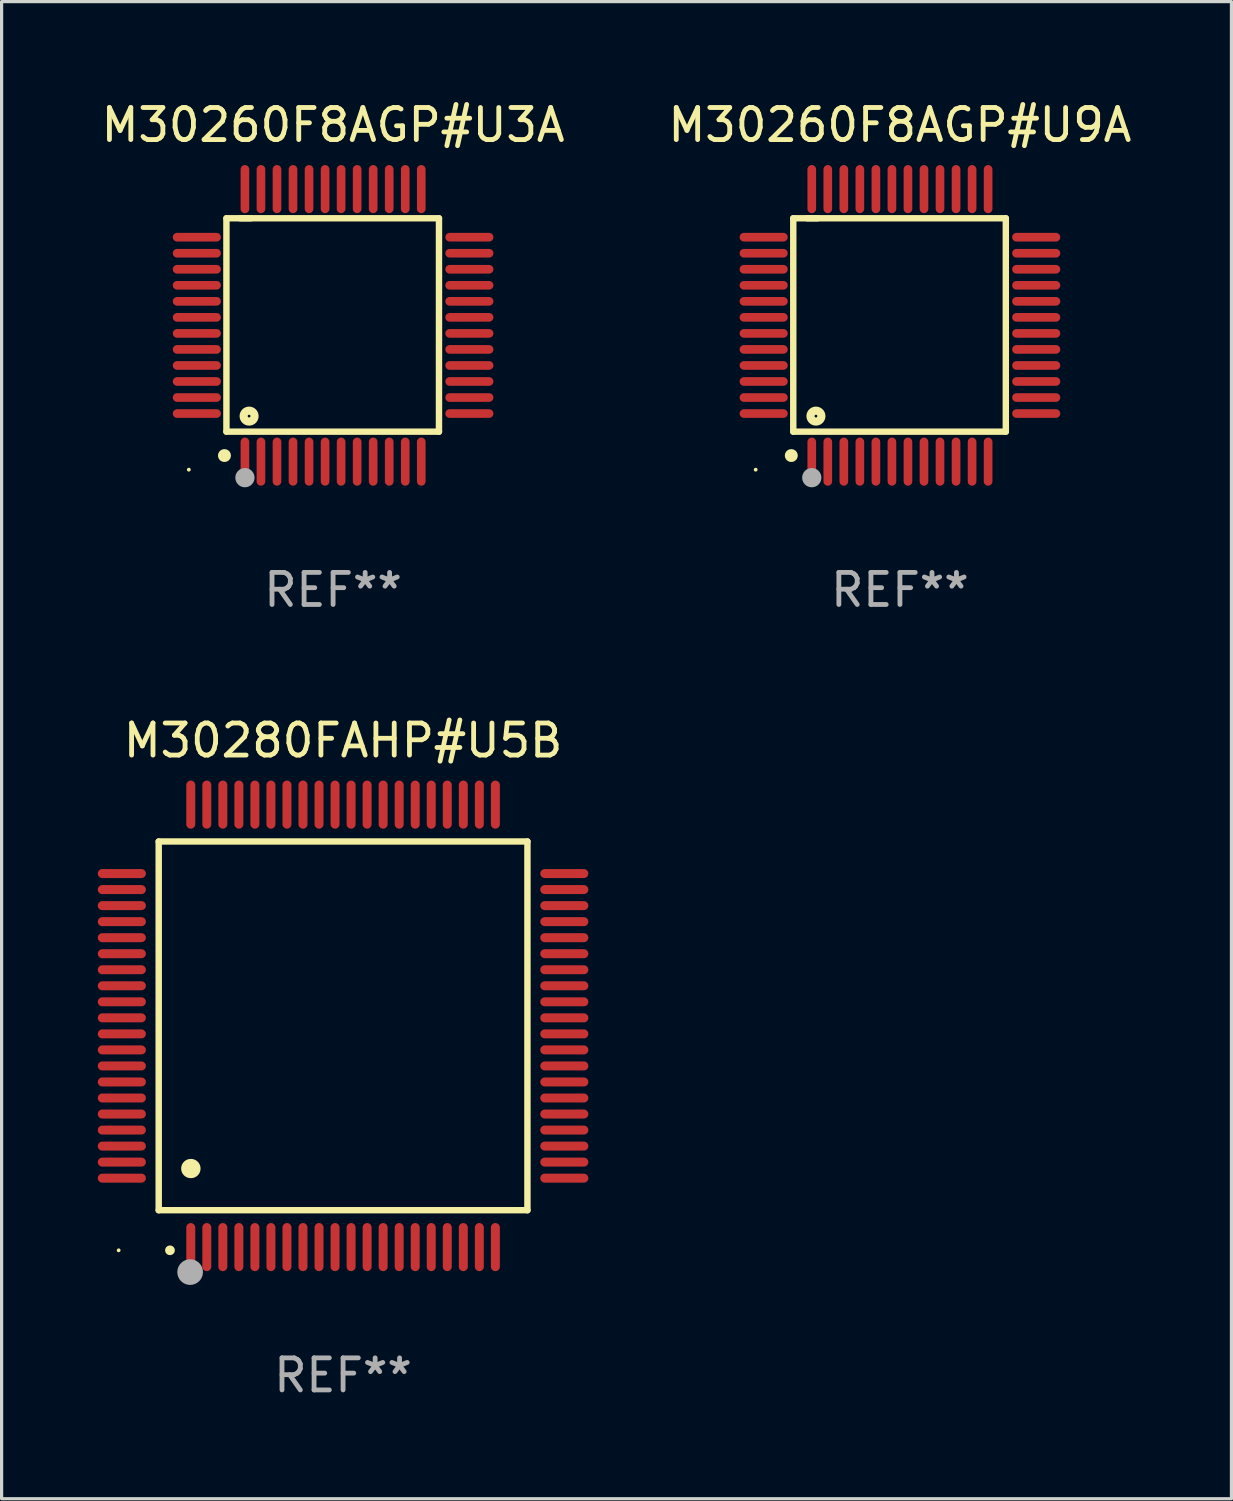
<source format=kicad_pcb>
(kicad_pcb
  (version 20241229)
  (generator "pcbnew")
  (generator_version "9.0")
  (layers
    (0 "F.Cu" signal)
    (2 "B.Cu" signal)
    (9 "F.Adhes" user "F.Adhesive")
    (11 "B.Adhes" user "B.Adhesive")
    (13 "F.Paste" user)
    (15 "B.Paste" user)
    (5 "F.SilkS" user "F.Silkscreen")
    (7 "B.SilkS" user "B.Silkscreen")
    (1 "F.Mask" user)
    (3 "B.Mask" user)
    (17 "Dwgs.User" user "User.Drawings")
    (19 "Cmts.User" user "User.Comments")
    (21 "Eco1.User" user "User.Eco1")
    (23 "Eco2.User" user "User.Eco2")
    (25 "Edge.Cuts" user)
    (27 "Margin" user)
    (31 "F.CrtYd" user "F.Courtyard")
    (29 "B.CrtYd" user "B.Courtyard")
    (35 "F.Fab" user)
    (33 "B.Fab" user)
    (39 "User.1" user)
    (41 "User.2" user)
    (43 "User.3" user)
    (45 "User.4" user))
  (footprint "M30260F8AGP#U9A"
    (layer "F.Cu")
    (at 25.018 7.098)
    (property "Reference" "M30260F8AGP#U9A" (at 0 -6.25 0) (layer "F.SilkS") (effects (font (size 1 1) (thickness 0.15))))
    (attr through_hole)
    (fp_line (start -3.327 -3.34) (end -2.565 -3.34) (stroke (width 0.2) (type solid)) (layer "F.SilkS"))
    (fp_line (start -3.327 3.315) (end -3.327 -3.34) (stroke (width 0.2) (type solid)) (layer "F.SilkS"))
    (fp_line (start -2.896 -3.34) (end 3.302 -3.34) (stroke (width 0.2) (type solid)) (layer "F.SilkS"))
    (fp_line (start 3.302 -3.34) (end 3.302 3.315) (stroke (width 0.2) (type solid)) (layer "F.SilkS"))
    (fp_line (start 3.302 3.315) (end -3.327 3.315) (stroke (width 0.2) (type solid)) (layer "F.SilkS"))
    (fp_arc (start -3.389992 4.059995) (mid -3.388722 4.059991) (end -3.387452 4.059995) (stroke (width 0.4) (type solid)) (layer "F.SilkS"))
    (fp_circle (center -4.5 4.5) (end -4.47 4.5) (stroke (width 0.06) (type solid)) (fill no) (layer "F.SilkS"))
    (fp_circle (center -2.62 2.83) (end -2.45 2.83) (stroke (width 0.254) (type solid)) (fill no) (layer "F.SilkS"))
    (fp_circle (center -2.75 4.75) (end -2.6 4.75) (stroke (width 0.3) (type solid)) (fill no) (layer "F.Fab"))
    (fp_text user "REF**" (at 0 8.25 0) (layer "F.Fab") (effects (font (size 1 1) (thickness 0.15))))
    (pad "1" smd oval (at -2.75 4.25) (size 0.27 1.5) (layers "F.Cu" "F.Mask" "F.Paste"))
    (pad "2" smd oval (at -2.25 4.25) (size 0.27 1.5) (layers "F.Cu" "F.Mask" "F.Paste"))
    (pad "3" smd oval (at -1.75 4.25) (size 0.27 1.5) (layers "F.Cu" "F.Mask" "F.Paste"))
    (pad "4" smd oval (at -1.25 4.25) (size 0.27 1.5) (layers "F.Cu" "F.Mask" "F.Paste"))
    (pad "5" smd oval (at -0.75 4.25) (size 0.27 1.5) (layers "F.Cu" "F.Mask" "F.Paste"))
    (pad "6" smd oval (at -0.25 4.25) (size 0.27 1.5) (layers "F.Cu" "F.Mask" "F.Paste"))
    (pad "7" smd oval (at 0.25 4.25) (size 0.27 1.5) (layers "F.Cu" "F.Mask" "F.Paste"))
    (pad "8" smd oval (at 0.75 4.25) (size 0.27 1.5) (layers "F.Cu" "F.Mask" "F.Paste"))
    (pad "9" smd oval (at 1.25 4.25) (size 0.27 1.5) (layers "F.Cu" "F.Mask" "F.Paste"))
    (pad "10" smd oval (at 1.75 4.25) (size 0.27 1.5) (layers "F.Cu" "F.Mask" "F.Paste"))
    (pad "11" smd oval (at 2.25 4.25) (size 0.27 1.5) (layers "F.Cu" "F.Mask" "F.Paste"))
    (pad "12" smd oval (at 2.75 4.25) (size 0.27 1.5) (layers "F.Cu" "F.Mask" "F.Paste"))
    (pad "13" smd oval (at 4.25 2.75) (size 1.5 0.27) (layers "F.Cu" "F.Mask" "F.Paste"))
    (pad "14" smd oval (at 4.25 2.25) (size 1.5 0.27) (layers "F.Cu" "F.Mask" "F.Paste"))
    (pad "15" smd oval (at 4.25 1.75) (size 1.5 0.27) (layers "F.Cu" "F.Mask" "F.Paste"))
    (pad "16" smd oval (at 4.25 1.25) (size 1.5 0.27) (layers "F.Cu" "F.Mask" "F.Paste"))
    (pad "17" smd oval (at 4.25 0.75) (size 1.5 0.27) (layers "F.Cu" "F.Mask" "F.Paste"))
    (pad "18" smd oval (at 4.25 0.25) (size 1.5 0.27) (layers "F.Cu" "F.Mask" "F.Paste"))
    (pad "19" smd oval (at 4.25 -0.25) (size 1.5 0.27) (layers "F.Cu" "F.Mask" "F.Paste"))
    (pad "20" smd oval (at 4.25 -0.75) (size 1.5 0.27) (layers "F.Cu" "F.Mask" "F.Paste"))
    (pad "21" smd oval (at 4.25 -1.25) (size 1.5 0.27) (layers "F.Cu" "F.Mask" "F.Paste"))
    (pad "22" smd oval (at 4.25 -1.75) (size 1.5 0.27) (layers "F.Cu" "F.Mask" "F.Paste"))
    (pad "23" smd oval (at 4.25 -2.25) (size 1.5 0.27) (layers "F.Cu" "F.Mask" "F.Paste"))
    (pad "24" smd oval (at 4.25 -2.75) (size 1.5 0.27) (layers "F.Cu" "F.Mask" "F.Paste"))
    (pad "25" smd oval (at 2.75 -4.25) (size 0.27 1.5) (layers "F.Cu" "F.Mask" "F.Paste"))
    (pad "26" smd oval (at 2.25 -4.25) (size 0.27 1.5) (layers "F.Cu" "F.Mask" "F.Paste"))
    (pad "27" smd oval (at 1.75 -4.25) (size 0.27 1.5) (layers "F.Cu" "F.Mask" "F.Paste"))
    (pad "28" smd oval (at 1.25 -4.25) (size 0.27 1.5) (layers "F.Cu" "F.Mask" "F.Paste"))
    (pad "29" smd oval (at 0.75 -4.25) (size 0.27 1.5) (layers "F.Cu" "F.Mask" "F.Paste"))
    (pad "30" smd oval (at 0.25 -4.25) (size 0.27 1.5) (layers "F.Cu" "F.Mask" "F.Paste"))
    (pad "31" smd oval (at -0.25 -4.25) (size 0.27 1.5) (layers "F.Cu" "F.Mask" "F.Paste"))
    (pad "32" smd oval (at -0.75 -4.25) (size 0.27 1.5) (layers "F.Cu" "F.Mask" "F.Paste"))
    (pad "33" smd oval (at -1.25 -4.25) (size 0.27 1.5) (layers "F.Cu" "F.Mask" "F.Paste"))
    (pad "34" smd oval (at -1.75 -4.25) (size 0.27 1.5) (layers "F.Cu" "F.Mask" "F.Paste"))
    (pad "35" smd oval (at -2.25 -4.25) (size 0.27 1.5) (layers "F.Cu" "F.Mask" "F.Paste"))
    (pad "36" smd oval (at -2.75 -4.25) (size 0.27 1.5) (layers "F.Cu" "F.Mask" "F.Paste"))
    (pad "37" smd oval (at -4.25 -2.75) (size 1.5 0.27) (layers "F.Cu" "F.Mask" "F.Paste"))
    (pad "38" smd oval (at -4.25 -2.25) (size 1.5 0.27) (layers "F.Cu" "F.Mask" "F.Paste"))
    (pad "39" smd oval (at -4.25 -1.75) (size 1.5 0.27) (layers "F.Cu" "F.Mask" "F.Paste"))
    (pad "40" smd oval (at -4.25 -1.25) (size 1.5 0.27) (layers "F.Cu" "F.Mask" "F.Paste"))
    (pad "41" smd oval (at -4.25 -0.75) (size 1.5 0.27) (layers "F.Cu" "F.Mask" "F.Paste"))
    (pad "42" smd oval (at -4.25 -0.25) (size 1.5 0.27) (layers "F.Cu" "F.Mask" "F.Paste"))
    (pad "43" smd oval (at -4.25 0.25) (size 1.5 0.27) (layers "F.Cu" "F.Mask" "F.Paste"))
    (pad "44" smd oval (at -4.25 0.75) (size 1.5 0.27) (layers "F.Cu" "F.Mask" "F.Paste"))
    (pad "45" smd oval (at -4.25 1.25) (size 1.5 0.27) (layers "F.Cu" "F.Mask" "F.Paste"))
    (pad "46" smd oval (at -4.25 1.75) (size 1.5 0.27) (layers "F.Cu" "F.Mask" "F.Paste"))
    (pad "47" smd oval (at -4.25 2.25) (size 1.5 0.27) (layers "F.Cu" "F.Mask" "F.Paste"))
    (pad "48" smd oval (at -4.25 2.75) (size 1.5 0.27) (layers "F.Cu" "F.Mask" "F.Paste")))
  (footprint "M30280FAHP#U5B"
    (layer "F.Cu")
    (at 7.65 28.945)
    (property "Reference" "M30280FAHP#U5B" (at 0 -8.9 0) (layer "F.SilkS") (effects (font (size 1 1) (thickness 0.15))))
    (attr through_hole)
    (fp_line (start -5.75 -5.75) (end 5.75 -5.75) (stroke (width 0.2) (type solid)) (layer "F.SilkS"))
    (fp_line (start -5.75 5.75) (end -5.75 -5.75) (stroke (width 0.2) (type solid)) (layer "F.SilkS"))
    (fp_line (start 5.75 -5.75) (end 5.75 5.75) (stroke (width 0.2) (type solid)) (layer "F.SilkS"))
    (fp_line (start 5.75 5.75) (end -5.75 5.75) (stroke (width 0.2) (type solid)) (layer "F.SilkS"))
    (fp_arc (start -5.400051 7.000254) (mid -5.398781 7.000249) (end -5.397511 7.000254) (stroke (width 0.3) (type solid)) (layer "F.SilkS"))
    (fp_arc (start -4.749809 4.450089) (mid -4.747269 4.450078) (end -4.744729 4.450089) (stroke (width 0.6) (type solid)) (layer "F.SilkS"))
    (fp_circle (center -7 7) (end -6.97 7) (stroke (width 0.06) (type solid)) (fill no) (layer "F.SilkS"))
    (fp_circle (center -4.77 7.68) (end -4.57 7.68) (stroke (width 0.4) (type solid)) (fill no) (layer "F.Fab"))
    (fp_text user "REF**" (at 0 10.9 0) (layer "F.Fab") (effects (font (size 1 1) (thickness 0.15))))
    (pad "1" smd oval (at -4.75 6.9) (size 0.28 1.5) (layers "F.Cu" "F.Mask" "F.Paste"))
    (pad "2" smd oval (at -4.25 6.9) (size 0.28 1.5) (layers "F.Cu" "F.Mask" "F.Paste"))
    (pad "3" smd oval (at -3.75 6.9) (size 0.28 1.5) (layers "F.Cu" "F.Mask" "F.Paste"))
    (pad "4" smd oval (at -3.25 6.9) (size 0.28 1.5) (layers "F.Cu" "F.Mask" "F.Paste"))
    (pad "5" smd oval (at -2.75 6.9) (size 0.28 1.5) (layers "F.Cu" "F.Mask" "F.Paste"))
    (pad "6" smd oval (at -2.25 6.9) (size 0.28 1.5) (layers "F.Cu" "F.Mask" "F.Paste"))
    (pad "7" smd oval (at -1.75 6.9) (size 0.28 1.5) (layers "F.Cu" "F.Mask" "F.Paste"))
    (pad "8" smd oval (at -1.25 6.9) (size 0.28 1.5) (layers "F.Cu" "F.Mask" "F.Paste"))
    (pad "9" smd oval (at -0.75 6.9) (size 0.28 1.5) (layers "F.Cu" "F.Mask" "F.Paste"))
    (pad "10" smd oval (at -0.25 6.9) (size 0.28 1.5) (layers "F.Cu" "F.Mask" "F.Paste"))
    (pad "11" smd oval (at 0.25 6.9) (size 0.28 1.5) (layers "F.Cu" "F.Mask" "F.Paste"))
    (pad "12" smd oval (at 0.75 6.9) (size 0.28 1.5) (layers "F.Cu" "F.Mask" "F.Paste"))
    (pad "13" smd oval (at 1.25 6.9) (size 0.28 1.5) (layers "F.Cu" "F.Mask" "F.Paste"))
    (pad "14" smd oval (at 1.75 6.9) (size 0.28 1.5) (layers "F.Cu" "F.Mask" "F.Paste"))
    (pad "15" smd oval (at 2.25 6.9) (size 0.28 1.5) (layers "F.Cu" "F.Mask" "F.Paste"))
    (pad "16" smd oval (at 2.75 6.9) (size 0.28 1.5) (layers "F.Cu" "F.Mask" "F.Paste"))
    (pad "17" smd oval (at 3.25 6.9) (size 0.28 1.5) (layers "F.Cu" "F.Mask" "F.Paste"))
    (pad "18" smd oval (at 3.75 6.9) (size 0.28 1.5) (layers "F.Cu" "F.Mask" "F.Paste"))
    (pad "19" smd oval (at 4.25 6.9) (size 0.28 1.5) (layers "F.Cu" "F.Mask" "F.Paste"))
    (pad "20" smd oval (at 4.75 6.9) (size 0.28 1.5) (layers "F.Cu" "F.Mask" "F.Paste"))
    (pad "21" smd oval (at 6.9 4.75) (size 1.5 0.28) (layers "F.Cu" "F.Mask" "F.Paste"))
    (pad "22" smd oval (at 6.9 4.25) (size 1.5 0.28) (layers "F.Cu" "F.Mask" "F.Paste"))
    (pad "23" smd oval (at 6.9 3.75) (size 1.5 0.28) (layers "F.Cu" "F.Mask" "F.Paste"))
    (pad "24" smd oval (at 6.9 3.25) (size 1.5 0.28) (layers "F.Cu" "F.Mask" "F.Paste"))
    (pad "25" smd oval (at 6.9 2.75) (size 1.5 0.28) (layers "F.Cu" "F.Mask" "F.Paste"))
    (pad "26" smd oval (at 6.9 2.25) (size 1.5 0.28) (layers "F.Cu" "F.Mask" "F.Paste"))
    (pad "27" smd oval (at 6.9 1.75) (size 1.5 0.28) (layers "F.Cu" "F.Mask" "F.Paste"))
    (pad "28" smd oval (at 6.9 1.25) (size 1.5 0.28) (layers "F.Cu" "F.Mask" "F.Paste"))
    (pad "29" smd oval (at 6.9 0.75) (size 1.5 0.28) (layers "F.Cu" "F.Mask" "F.Paste"))
    (pad "30" smd oval (at 6.9 0.25) (size 1.5 0.28) (layers "F.Cu" "F.Mask" "F.Paste"))
    (pad "31" smd oval (at 6.9 -0.25) (size 1.5 0.28) (layers "F.Cu" "F.Mask" "F.Paste"))
    (pad "32" smd oval (at 6.9 -0.75) (size 1.5 0.28) (layers "F.Cu" "F.Mask" "F.Paste"))
    (pad "33" smd oval (at 6.9 -1.25) (size 1.5 0.28) (layers "F.Cu" "F.Mask" "F.Paste"))
    (pad "34" smd oval (at 6.9 -1.75) (size 1.5 0.28) (layers "F.Cu" "F.Mask" "F.Paste"))
    (pad "35" smd oval (at 6.9 -2.25) (size 1.5 0.28) (layers "F.Cu" "F.Mask" "F.Paste"))
    (pad "36" smd oval (at 6.9 -2.75) (size 1.5 0.28) (layers "F.Cu" "F.Mask" "F.Paste"))
    (pad "37" smd oval (at 6.9 -3.25) (size 1.5 0.28) (layers "F.Cu" "F.Mask" "F.Paste"))
    (pad "38" smd oval (at 6.9 -3.75) (size 1.5 0.28) (layers "F.Cu" "F.Mask" "F.Paste"))
    (pad "39" smd oval (at 6.9 -4.25) (size 1.5 0.28) (layers "F.Cu" "F.Mask" "F.Paste"))
    (pad "40" smd oval (at 6.9 -4.75) (size 1.5 0.28) (layers "F.Cu" "F.Mask" "F.Paste"))
    (pad "41" smd oval (at 4.75 -6.9) (size 0.28 1.5) (layers "F.Cu" "F.Mask" "F.Paste"))
    (pad "42" smd oval (at 4.25 -6.9) (size 0.28 1.5) (layers "F.Cu" "F.Mask" "F.Paste"))
    (pad "43" smd oval (at 3.75 -6.9) (size 0.28 1.5) (layers "F.Cu" "F.Mask" "F.Paste"))
    (pad "44" smd oval (at 3.25 -6.9) (size 0.28 1.5) (layers "F.Cu" "F.Mask" "F.Paste"))
    (pad "45" smd oval (at 2.75 -6.9) (size 0.28 1.5) (layers "F.Cu" "F.Mask" "F.Paste"))
    (pad "46" smd oval (at 2.25 -6.9) (size 0.28 1.5) (layers "F.Cu" "F.Mask" "F.Paste"))
    (pad "47" smd oval (at 1.75 -6.9) (size 0.28 1.5) (layers "F.Cu" "F.Mask" "F.Paste"))
    (pad "48" smd oval (at 1.25 -6.9) (size 0.28 1.5) (layers "F.Cu" "F.Mask" "F.Paste"))
    (pad "49" smd oval (at 0.75 -6.9) (size 0.28 1.5) (layers "F.Cu" "F.Mask" "F.Paste"))
    (pad "50" smd oval (at 0.25 -6.9) (size 0.28 1.5) (layers "F.Cu" "F.Mask" "F.Paste"))
    (pad "51" smd oval (at -0.25 -6.9) (size 0.28 1.5) (layers "F.Cu" "F.Mask" "F.Paste"))
    (pad "52" smd oval (at -0.75 -6.9) (size 0.28 1.5) (layers "F.Cu" "F.Mask" "F.Paste"))
    (pad "53" smd oval (at -1.25 -6.9) (size 0.28 1.5) (layers "F.Cu" "F.Mask" "F.Paste"))
    (pad "54" smd oval (at -1.75 -6.9) (size 0.28 1.5) (layers "F.Cu" "F.Mask" "F.Paste"))
    (pad "55" smd oval (at -2.25 -6.9) (size 0.28 1.5) (layers "F.Cu" "F.Mask" "F.Paste"))
    (pad "56" smd oval (at -2.75 -6.9) (size 0.28 1.5) (layers "F.Cu" "F.Mask" "F.Paste"))
    (pad "57" smd oval (at -3.25 -6.9) (size 0.28 1.5) (layers "F.Cu" "F.Mask" "F.Paste"))
    (pad "58" smd oval (at -3.75 -6.9) (size 0.28 1.5) (layers "F.Cu" "F.Mask" "F.Paste"))
    (pad "59" smd oval (at -4.25 -6.9) (size 0.28 1.5) (layers "F.Cu" "F.Mask" "F.Paste"))
    (pad "60" smd oval (at -4.75 -6.9) (size 0.28 1.5) (layers "F.Cu" "F.Mask" "F.Paste"))
    (pad "61" smd oval (at -6.9 -4.75) (size 1.5 0.28) (layers "F.Cu" "F.Mask" "F.Paste"))
    (pad "62" smd oval (at -6.9 -4.25) (size 1.5 0.28) (layers "F.Cu" "F.Mask" "F.Paste"))
    (pad "63" smd oval (at -6.9 -3.75) (size 1.5 0.28) (layers "F.Cu" "F.Mask" "F.Paste"))
    (pad "64" smd oval (at -6.9 -3.25) (size 1.5 0.28) (layers "F.Cu" "F.Mask" "F.Paste"))
    (pad "65" smd oval (at -6.9 -2.75) (size 1.5 0.28) (layers "F.Cu" "F.Mask" "F.Paste"))
    (pad "66" smd oval (at -6.9 -2.25) (size 1.5 0.28) (layers "F.Cu" "F.Mask" "F.Paste"))
    (pad "67" smd oval (at -6.9 -1.75) (size 1.5 0.28) (layers "F.Cu" "F.Mask" "F.Paste"))
    (pad "68" smd oval (at -6.9 -1.25) (size 1.5 0.28) (layers "F.Cu" "F.Mask" "F.Paste"))
    (pad "69" smd oval (at -6.9 -0.75) (size 1.5 0.28) (layers "F.Cu" "F.Mask" "F.Paste"))
    (pad "70" smd oval (at -6.9 -0.25) (size 1.5 0.28) (layers "F.Cu" "F.Mask" "F.Paste"))
    (pad "71" smd oval (at -6.9 0.25) (size 1.5 0.28) (layers "F.Cu" "F.Mask" "F.Paste"))
    (pad "72" smd oval (at -6.9 0.75) (size 1.5 0.28) (layers "F.Cu" "F.Mask" "F.Paste"))
    (pad "73" smd oval (at -6.9 1.25) (size 1.5 0.28) (layers "F.Cu" "F.Mask" "F.Paste"))
    (pad "74" smd oval (at -6.9 1.75) (size 1.5 0.28) (layers "F.Cu" "F.Mask" "F.Paste"))
    (pad "75" smd oval (at -6.9 2.25) (size 1.5 0.28) (layers "F.Cu" "F.Mask" "F.Paste"))
    (pad "76" smd oval (at -6.9 2.75) (size 1.5 0.28) (layers "F.Cu" "F.Mask" "F.Paste"))
    (pad "77" smd oval (at -6.9 3.25) (size 1.5 0.28) (layers "F.Cu" "F.Mask" "F.Paste"))
    (pad "78" smd oval (at -6.9 3.75) (size 1.5 0.28) (layers "F.Cu" "F.Mask" "F.Paste"))
    (pad "79" smd oval (at -6.9 4.25) (size 1.5 0.28) (layers "F.Cu" "F.Mask" "F.Paste"))
    (pad "80" smd oval (at -6.9 4.75) (size 1.5 0.28) (layers "F.Cu" "F.Mask" "F.Paste")))
  (footprint "M30260F8AGP#U3A"
    (layer "F.Cu")
    (at 7.339 7.098)
    (property "Reference" "M30260F8AGP#U3A" (at 0 -6.25 0) (layer "F.SilkS") (effects (font (size 1 1) (thickness 0.15))))
    (attr through_hole)
    (fp_line (start -3.327 -3.34) (end -2.565 -3.34) (stroke (width 0.2) (type solid)) (layer "F.SilkS"))
    (fp_line (start -3.327 3.315) (end -3.327 -3.34) (stroke (width 0.2) (type solid)) (layer "F.SilkS"))
    (fp_line (start -2.896 -3.34) (end 3.302 -3.34) (stroke (width 0.2) (type solid)) (layer "F.SilkS"))
    (fp_line (start 3.302 -3.34) (end 3.302 3.315) (stroke (width 0.2) (type solid)) (layer "F.SilkS"))
    (fp_line (start 3.302 3.315) (end -3.327 3.315) (stroke (width 0.2) (type solid)) (layer "F.SilkS"))
    (fp_arc (start -3.389992 4.059995) (mid -3.388722 4.059991) (end -3.387452 4.059995) (stroke (width 0.4) (type solid)) (layer "F.SilkS"))
    (fp_circle (center -4.5 4.5) (end -4.47 4.5) (stroke (width 0.06) (type solid)) (fill no) (layer "F.SilkS"))
    (fp_circle (center -2.62 2.83) (end -2.45 2.83) (stroke (width 0.254) (type solid)) (fill no) (layer "F.SilkS"))
    (fp_circle (center -2.75 4.75) (end -2.6 4.75) (stroke (width 0.3) (type solid)) (fill no) (layer "F.Fab"))
    (fp_text user "REF**" (at 0 8.25 0) (layer "F.Fab") (effects (font (size 1 1) (thickness 0.15))))
    (pad "1" smd oval (at -2.75 4.25) (size 0.27 1.5) (layers "F.Cu" "F.Mask" "F.Paste"))
    (pad "2" smd oval (at -2.25 4.25) (size 0.27 1.5) (layers "F.Cu" "F.Mask" "F.Paste"))
    (pad "3" smd oval (at -1.75 4.25) (size 0.27 1.5) (layers "F.Cu" "F.Mask" "F.Paste"))
    (pad "4" smd oval (at -1.25 4.25) (size 0.27 1.5) (layers "F.Cu" "F.Mask" "F.Paste"))
    (pad "5" smd oval (at -0.75 4.25) (size 0.27 1.5) (layers "F.Cu" "F.Mask" "F.Paste"))
    (pad "6" smd oval (at -0.25 4.25) (size 0.27 1.5) (layers "F.Cu" "F.Mask" "F.Paste"))
    (pad "7" smd oval (at 0.25 4.25) (size 0.27 1.5) (layers "F.Cu" "F.Mask" "F.Paste"))
    (pad "8" smd oval (at 0.75 4.25) (size 0.27 1.5) (layers "F.Cu" "F.Mask" "F.Paste"))
    (pad "9" smd oval (at 1.25 4.25) (size 0.27 1.5) (layers "F.Cu" "F.Mask" "F.Paste"))
    (pad "10" smd oval (at 1.75 4.25) (size 0.27 1.5) (layers "F.Cu" "F.Mask" "F.Paste"))
    (pad "11" smd oval (at 2.25 4.25) (size 0.27 1.5) (layers "F.Cu" "F.Mask" "F.Paste"))
    (pad "12" smd oval (at 2.75 4.25) (size 0.27 1.5) (layers "F.Cu" "F.Mask" "F.Paste"))
    (pad "13" smd oval (at 4.25 2.75) (size 1.5 0.27) (layers "F.Cu" "F.Mask" "F.Paste"))
    (pad "14" smd oval (at 4.25 2.25) (size 1.5 0.27) (layers "F.Cu" "F.Mask" "F.Paste"))
    (pad "15" smd oval (at 4.25 1.75) (size 1.5 0.27) (layers "F.Cu" "F.Mask" "F.Paste"))
    (pad "16" smd oval (at 4.25 1.25) (size 1.5 0.27) (layers "F.Cu" "F.Mask" "F.Paste"))
    (pad "17" smd oval (at 4.25 0.75) (size 1.5 0.27) (layers "F.Cu" "F.Mask" "F.Paste"))
    (pad "18" smd oval (at 4.25 0.25) (size 1.5 0.27) (layers "F.Cu" "F.Mask" "F.Paste"))
    (pad "19" smd oval (at 4.25 -0.25) (size 1.5 0.27) (layers "F.Cu" "F.Mask" "F.Paste"))
    (pad "20" smd oval (at 4.25 -0.75) (size 1.5 0.27) (layers "F.Cu" "F.Mask" "F.Paste"))
    (pad "21" smd oval (at 4.25 -1.25) (size 1.5 0.27) (layers "F.Cu" "F.Mask" "F.Paste"))
    (pad "22" smd oval (at 4.25 -1.75) (size 1.5 0.27) (layers "F.Cu" "F.Mask" "F.Paste"))
    (pad "23" smd oval (at 4.25 -2.25) (size 1.5 0.27) (layers "F.Cu" "F.Mask" "F.Paste"))
    (pad "24" smd oval (at 4.25 -2.75) (size 1.5 0.27) (layers "F.Cu" "F.Mask" "F.Paste"))
    (pad "25" smd oval (at 2.75 -4.25) (size 0.27 1.5) (layers "F.Cu" "F.Mask" "F.Paste"))
    (pad "26" smd oval (at 2.25 -4.25) (size 0.27 1.5) (layers "F.Cu" "F.Mask" "F.Paste"))
    (pad "27" smd oval (at 1.75 -4.25) (size 0.27 1.5) (layers "F.Cu" "F.Mask" "F.Paste"))
    (pad "28" smd oval (at 1.25 -4.25) (size 0.27 1.5) (layers "F.Cu" "F.Mask" "F.Paste"))
    (pad "29" smd oval (at 0.75 -4.25) (size 0.27 1.5) (layers "F.Cu" "F.Mask" "F.Paste"))
    (pad "30" smd oval (at 0.25 -4.25) (size 0.27 1.5) (layers "F.Cu" "F.Mask" "F.Paste"))
    (pad "31" smd oval (at -0.25 -4.25) (size 0.27 1.5) (layers "F.Cu" "F.Mask" "F.Paste"))
    (pad "32" smd oval (at -0.75 -4.25) (size 0.27 1.5) (layers "F.Cu" "F.Mask" "F.Paste"))
    (pad "33" smd oval (at -1.25 -4.25) (size 0.27 1.5) (layers "F.Cu" "F.Mask" "F.Paste"))
    (pad "34" smd oval (at -1.75 -4.25) (size 0.27 1.5) (layers "F.Cu" "F.Mask" "F.Paste"))
    (pad "35" smd oval (at -2.25 -4.25) (size 0.27 1.5) (layers "F.Cu" "F.Mask" "F.Paste"))
    (pad "36" smd oval (at -2.75 -4.25) (size 0.27 1.5) (layers "F.Cu" "F.Mask" "F.Paste"))
    (pad "37" smd oval (at -4.25 -2.75) (size 1.5 0.27) (layers "F.Cu" "F.Mask" "F.Paste"))
    (pad "38" smd oval (at -4.25 -2.25) (size 1.5 0.27) (layers "F.Cu" "F.Mask" "F.Paste"))
    (pad "39" smd oval (at -4.25 -1.75) (size 1.5 0.27) (layers "F.Cu" "F.Mask" "F.Paste"))
    (pad "40" smd oval (at -4.25 -1.25) (size 1.5 0.27) (layers "F.Cu" "F.Mask" "F.Paste"))
    (pad "41" smd oval (at -4.25 -0.75) (size 1.5 0.27) (layers "F.Cu" "F.Mask" "F.Paste"))
    (pad "42" smd oval (at -4.25 -0.25) (size 1.5 0.27) (layers "F.Cu" "F.Mask" "F.Paste"))
    (pad "43" smd oval (at -4.25 0.25) (size 1.5 0.27) (layers "F.Cu" "F.Mask" "F.Paste"))
    (pad "44" smd oval (at -4.25 0.75) (size 1.5 0.27) (layers "F.Cu" "F.Mask" "F.Paste"))
    (pad "45" smd oval (at -4.25 1.25) (size 1.5 0.27) (layers "F.Cu" "F.Mask" "F.Paste"))
    (pad "46" smd oval (at -4.25 1.75) (size 1.5 0.27) (layers "F.Cu" "F.Mask" "F.Paste"))
    (pad "47" smd oval (at -4.25 2.25) (size 1.5 0.27) (layers "F.Cu" "F.Mask" "F.Paste"))
    (pad "48" smd oval (at -4.25 2.75) (size 1.5 0.27) (layers "F.Cu" "F.Mask" "F.Paste")))
  (gr_rect
    (start -3 -3)
    (end 35.357 43.693)
    (stroke (width 0.1) (type default))
    (fill no)
    (layer "Edge.Cuts")))
</source>
